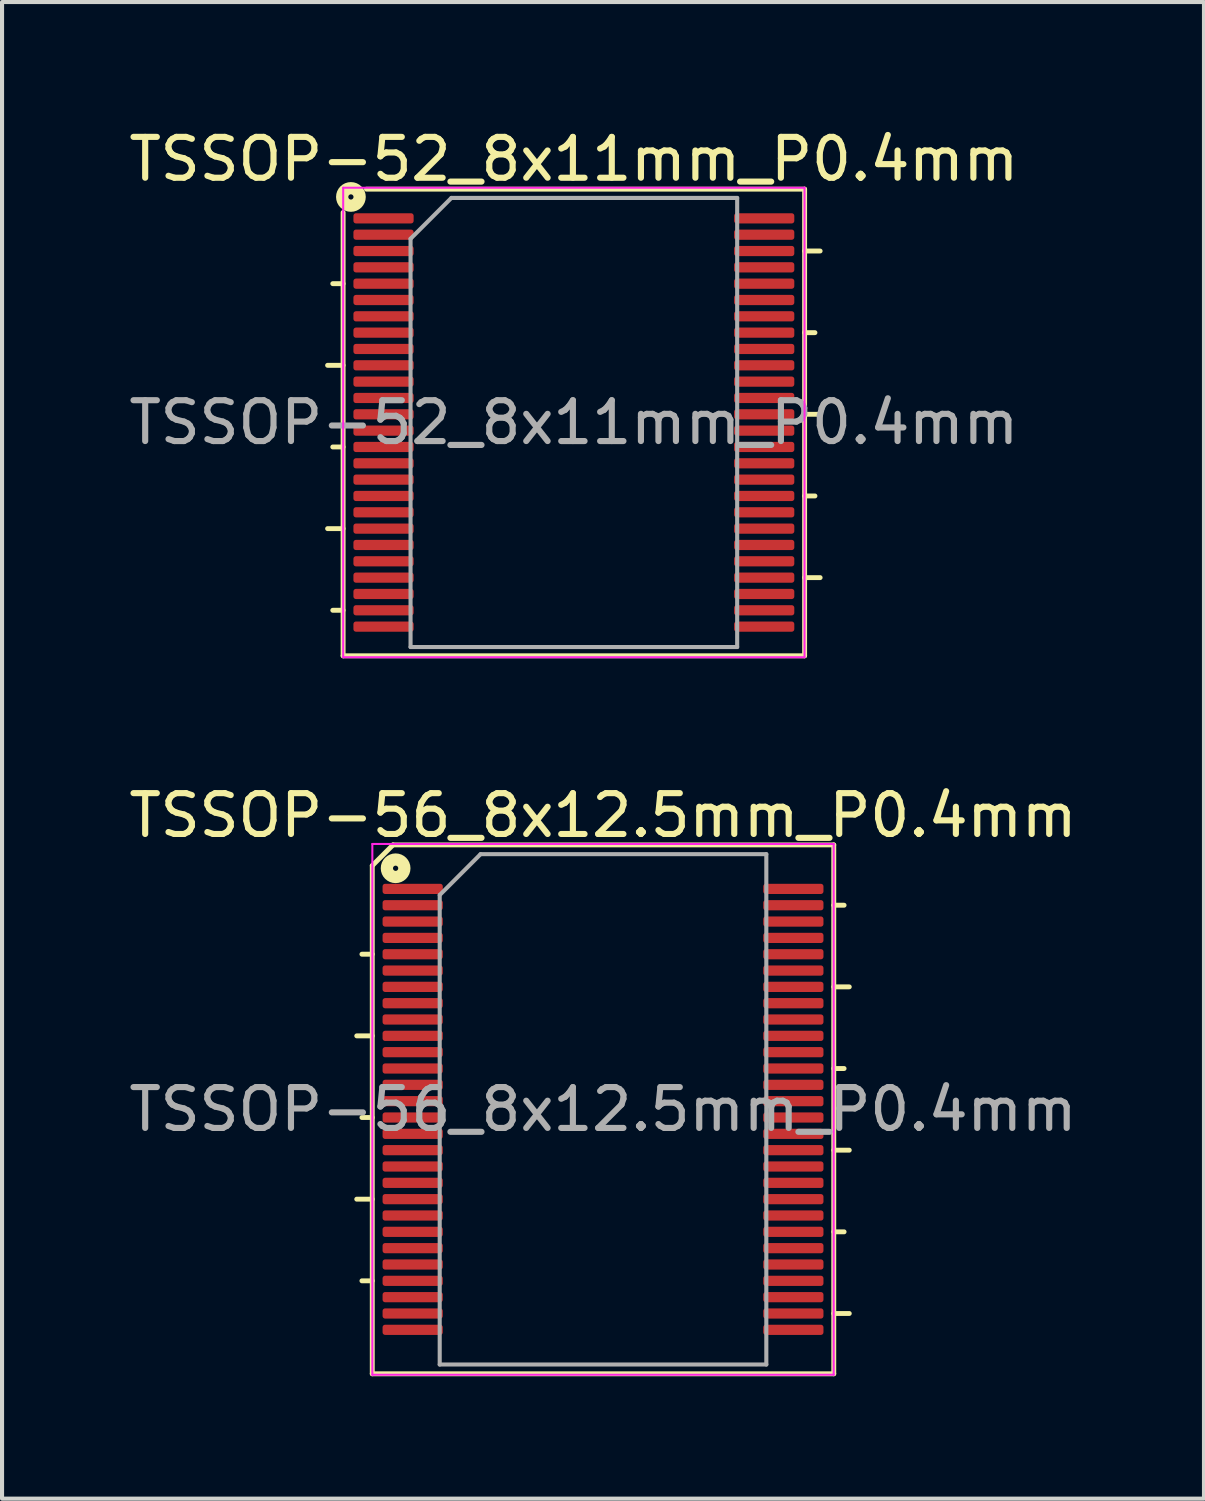
<source format=kicad_pcb>
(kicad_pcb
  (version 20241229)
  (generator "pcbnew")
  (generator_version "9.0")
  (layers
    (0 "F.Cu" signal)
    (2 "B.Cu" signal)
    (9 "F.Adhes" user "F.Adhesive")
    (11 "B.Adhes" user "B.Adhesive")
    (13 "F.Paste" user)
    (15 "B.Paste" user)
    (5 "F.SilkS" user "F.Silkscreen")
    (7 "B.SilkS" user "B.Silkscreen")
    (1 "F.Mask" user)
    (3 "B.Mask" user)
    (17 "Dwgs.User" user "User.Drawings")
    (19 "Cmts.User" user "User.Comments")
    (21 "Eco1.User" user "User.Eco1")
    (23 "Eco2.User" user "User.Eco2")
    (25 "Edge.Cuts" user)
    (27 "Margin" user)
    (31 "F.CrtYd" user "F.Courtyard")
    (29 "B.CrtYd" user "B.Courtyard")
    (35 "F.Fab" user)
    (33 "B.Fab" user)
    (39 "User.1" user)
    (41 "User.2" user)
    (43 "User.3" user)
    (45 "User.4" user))
  (footprint "TSSOP-56_8x12.5mm_P0.4mm"
    (layer "F.Cu")
    (at 11.72 24.122)
    (property "Reference" "TSSOP-56_8x12.5mm_P0.4mm" (at 0 -7.2 0) (layer "F.SilkS") (effects (font (size 1 1) (thickness 0.15))))
    (attr smd)
    (fp_line (start -6.032 2.2) (end -5.652 2.2) (stroke (width 0.12) (type solid)) (layer "F.SilkS"))
    (fp_line (start -5.905 0.2) (end -5.652 0.2) (stroke (width 0.12) (type solid)) (layer "F.SilkS"))
    (fp_line (start -5.905 4.2) (end -5.652 4.2) (stroke (width 0.12) (type solid)) (layer "F.SilkS"))
    (fp_line (start -5.652 -5.969) (end -5.652 6.477) (stroke (width 0.12) (type solid)) (layer "F.SilkS"))
    (fp_line (start -5.652 -5.969) (end -5.144 -6.477) (stroke (width 0.12) (type solid)) (layer "F.SilkS"))
    (fp_line (start -5.652 -3.8) (end -5.905 -3.8) (stroke (width 0.12) (type solid)) (layer "F.SilkS"))
    (fp_line (start -5.652 -1.8) (end -6.032 -1.8) (stroke (width 0.12) (type solid)) (layer "F.SilkS"))
    (fp_line (start -5.652 6.477) (end 5.652 6.477) (stroke (width 0.12) (type solid)) (layer "F.SilkS"))
    (fp_line (start 5.652 -6.477) (end -5.144 -6.477) (stroke (width 0.12) (type solid)) (layer "F.SilkS"))
    (fp_line (start 5.652 1) (end 6.032 1) (stroke (width 0.12) (type solid)) (layer "F.SilkS"))
    (fp_line (start 5.652 3) (end 5.905 3) (stroke (width 0.12) (type solid)) (layer "F.SilkS"))
    (fp_line (start 5.652 5) (end 6.032 5) (stroke (width 0.12) (type solid)) (layer "F.SilkS"))
    (fp_line (start 5.652 6.477) (end 5.652 -6.477) (stroke (width 0.12) (type solid)) (layer "F.SilkS"))
    (fp_line (start 5.905 -5) (end 5.652 -5) (stroke (width 0.12) (type solid)) (layer "F.SilkS"))
    (fp_line (start 5.905 -1) (end 5.652 -1) (stroke (width 0.12) (type solid)) (layer "F.SilkS"))
    (fp_line (start 6.032 -3) (end 5.652 -3) (stroke (width 0.12) (type solid)) (layer "F.SilkS"))
    (fp_circle (center -5.08 -5.905) (end -5.016 -5.905) (stroke (width 0.3) (type solid)) (fill no) (layer "F.SilkS"))
    (fp_line (start -5.65 -6.5) (end -5.65 6.5) (stroke (width 0.05) (type solid)) (layer "F.CrtYd"))
    (fp_line (start -5.65 6.5) (end 5.65 6.5) (stroke (width 0.05) (type solid)) (layer "F.CrtYd"))
    (fp_line (start 5.65 -6.5) (end -5.65 -6.5) (stroke (width 0.05) (type solid)) (layer "F.CrtYd"))
    (fp_line (start 5.65 6.5) (end 5.65 -6.5) (stroke (width 0.05) (type solid)) (layer "F.CrtYd"))
    (fp_line (start -4 -5.25) (end -3 -6.25) (stroke (width 0.1) (type solid)) (layer "F.Fab"))
    (fp_line (start -4 6.25) (end -4 -5.25) (stroke (width 0.1) (type solid)) (layer "F.Fab"))
    (fp_line (start -3 -6.25) (end 4 -6.25) (stroke (width 0.1) (type solid)) (layer "F.Fab"))
    (fp_line (start 4 -6.25) (end 4 6.25) (stroke (width 0.1) (type solid)) (layer "F.Fab"))
    (fp_line (start 4 6.25) (end -4 6.25) (stroke (width 0.1) (type solid)) (layer "F.Fab"))
    (fp_text user "${REFERENCE}" (at 0 0 0) (layer "F.Fab") (effects (font (size 1 1) (thickness 0.15))))
    (pad "1" smd roundrect (at -4.662 -5.4) (size 1.475 0.25) (layers "F.Cu" "F.Mask" "F.Paste") (roundrect_rratio 0.25))
    (pad "2" smd roundrect (at -4.662 -5) (size 1.475 0.25) (layers "F.Cu" "F.Mask" "F.Paste") (roundrect_rratio 0.25))
    (pad "3" smd roundrect (at -4.662 -4.6) (size 1.475 0.25) (layers "F.Cu" "F.Mask" "F.Paste") (roundrect_rratio 0.25))
    (pad "4" smd roundrect (at -4.662 -4.2) (size 1.475 0.25) (layers "F.Cu" "F.Mask" "F.Paste") (roundrect_rratio 0.25))
    (pad "5" smd roundrect (at -4.662 -3.8) (size 1.475 0.25) (layers "F.Cu" "F.Mask" "F.Paste") (roundrect_rratio 0.25))
    (pad "6" smd roundrect (at -4.662 -3.4) (size 1.475 0.25) (layers "F.Cu" "F.Mask" "F.Paste") (roundrect_rratio 0.25))
    (pad "7" smd roundrect (at -4.662 -3) (size 1.475 0.25) (layers "F.Cu" "F.Mask" "F.Paste") (roundrect_rratio 0.25))
    (pad "8" smd roundrect (at -4.662 -2.6) (size 1.475 0.25) (layers "F.Cu" "F.Mask" "F.Paste") (roundrect_rratio 0.25))
    (pad "9" smd roundrect (at -4.662 -2.2) (size 1.475 0.25) (layers "F.Cu" "F.Mask" "F.Paste") (roundrect_rratio 0.25))
    (pad "10" smd roundrect (at -4.662 -1.8) (size 1.475 0.25) (layers "F.Cu" "F.Mask" "F.Paste") (roundrect_rratio 0.25))
    (pad "11" smd roundrect (at -4.662 -1.4) (size 1.475 0.25) (layers "F.Cu" "F.Mask" "F.Paste") (roundrect_rratio 0.25))
    (pad "12" smd roundrect (at -4.662 -1) (size 1.475 0.25) (layers "F.Cu" "F.Mask" "F.Paste") (roundrect_rratio 0.25))
    (pad "13" smd roundrect (at -4.662 -0.6) (size 1.475 0.25) (layers "F.Cu" "F.Mask" "F.Paste") (roundrect_rratio 0.25))
    (pad "14" smd roundrect (at -4.662 -0.2) (size 1.475 0.25) (layers "F.Cu" "F.Mask" "F.Paste") (roundrect_rratio 0.25))
    (pad "15" smd roundrect (at -4.662 0.2) (size 1.475 0.25) (layers "F.Cu" "F.Mask" "F.Paste") (roundrect_rratio 0.25))
    (pad "16" smd roundrect (at -4.662 0.6) (size 1.475 0.25) (layers "F.Cu" "F.Mask" "F.Paste") (roundrect_rratio 0.25))
    (pad "17" smd roundrect (at -4.662 1) (size 1.475 0.25) (layers "F.Cu" "F.Mask" "F.Paste") (roundrect_rratio 0.25))
    (pad "18" smd roundrect (at -4.662 1.4) (size 1.475 0.25) (layers "F.Cu" "F.Mask" "F.Paste") (roundrect_rratio 0.25))
    (pad "19" smd roundrect (at -4.662 1.8) (size 1.475 0.25) (layers "F.Cu" "F.Mask" "F.Paste") (roundrect_rratio 0.25))
    (pad "20" smd roundrect (at -4.662 2.2) (size 1.475 0.25) (layers "F.Cu" "F.Mask" "F.Paste") (roundrect_rratio 0.25))
    (pad "21" smd roundrect (at -4.662 2.6) (size 1.475 0.25) (layers "F.Cu" "F.Mask" "F.Paste") (roundrect_rratio 0.25))
    (pad "22" smd roundrect (at -4.662 3) (size 1.475 0.25) (layers "F.Cu" "F.Mask" "F.Paste") (roundrect_rratio 0.25))
    (pad "23" smd roundrect (at -4.662 3.4) (size 1.475 0.25) (layers "F.Cu" "F.Mask" "F.Paste") (roundrect_rratio 0.25))
    (pad "24" smd roundrect (at -4.662 3.8) (size 1.475 0.25) (layers "F.Cu" "F.Mask" "F.Paste") (roundrect_rratio 0.25))
    (pad "25" smd roundrect (at -4.662 4.2) (size 1.475 0.25) (layers "F.Cu" "F.Mask" "F.Paste") (roundrect_rratio 0.25))
    (pad "26" smd roundrect (at -4.662 4.6) (size 1.475 0.25) (layers "F.Cu" "F.Mask" "F.Paste") (roundrect_rratio 0.25))
    (pad "27" smd roundrect (at -4.662 5) (size 1.475 0.25) (layers "F.Cu" "F.Mask" "F.Paste") (roundrect_rratio 0.25))
    (pad "28" smd roundrect (at -4.662 5.4) (size 1.475 0.25) (layers "F.Cu" "F.Mask" "F.Paste") (roundrect_rratio 0.25))
    (pad "29" smd roundrect (at 4.662 5.4) (size 1.475 0.25) (layers "F.Cu" "F.Mask" "F.Paste") (roundrect_rratio 0.25))
    (pad "30" smd roundrect (at 4.662 5) (size 1.475 0.25) (layers "F.Cu" "F.Mask" "F.Paste") (roundrect_rratio 0.25))
    (pad "31" smd roundrect (at 4.662 4.6) (size 1.475 0.25) (layers "F.Cu" "F.Mask" "F.Paste") (roundrect_rratio 0.25))
    (pad "32" smd roundrect (at 4.662 4.2) (size 1.475 0.25) (layers "F.Cu" "F.Mask" "F.Paste") (roundrect_rratio 0.25))
    (pad "33" smd roundrect (at 4.662 3.8) (size 1.475 0.25) (layers "F.Cu" "F.Mask" "F.Paste") (roundrect_rratio 0.25))
    (pad "34" smd roundrect (at 4.662 3.4) (size 1.475 0.25) (layers "F.Cu" "F.Mask" "F.Paste") (roundrect_rratio 0.25))
    (pad "35" smd roundrect (at 4.662 3) (size 1.475 0.25) (layers "F.Cu" "F.Mask" "F.Paste") (roundrect_rratio 0.25))
    (pad "36" smd roundrect (at 4.662 2.6) (size 1.475 0.25) (layers "F.Cu" "F.Mask" "F.Paste") (roundrect_rratio 0.25))
    (pad "37" smd roundrect (at 4.662 2.2) (size 1.475 0.25) (layers "F.Cu" "F.Mask" "F.Paste") (roundrect_rratio 0.25))
    (pad "38" smd roundrect (at 4.662 1.8) (size 1.475 0.25) (layers "F.Cu" "F.Mask" "F.Paste") (roundrect_rratio 0.25))
    (pad "39" smd roundrect (at 4.662 1.4) (size 1.475 0.25) (layers "F.Cu" "F.Mask" "F.Paste") (roundrect_rratio 0.25))
    (pad "40" smd roundrect (at 4.662 1) (size 1.475 0.25) (layers "F.Cu" "F.Mask" "F.Paste") (roundrect_rratio 0.25))
    (pad "41" smd roundrect (at 4.662 0.6) (size 1.475 0.25) (layers "F.Cu" "F.Mask" "F.Paste") (roundrect_rratio 0.25))
    (pad "42" smd roundrect (at 4.662 0.2) (size 1.475 0.25) (layers "F.Cu" "F.Mask" "F.Paste") (roundrect_rratio 0.25))
    (pad "43" smd roundrect (at 4.662 -0.2) (size 1.475 0.25) (layers "F.Cu" "F.Mask" "F.Paste") (roundrect_rratio 0.25))
    (pad "44" smd roundrect (at 4.662 -0.6) (size 1.475 0.25) (layers "F.Cu" "F.Mask" "F.Paste") (roundrect_rratio 0.25))
    (pad "45" smd roundrect (at 4.662 -1) (size 1.475 0.25) (layers "F.Cu" "F.Mask" "F.Paste") (roundrect_rratio 0.25))
    (pad "46" smd roundrect (at 4.662 -1.4) (size 1.475 0.25) (layers "F.Cu" "F.Mask" "F.Paste") (roundrect_rratio 0.25))
    (pad "47" smd roundrect (at 4.662 -1.8) (size 1.475 0.25) (layers "F.Cu" "F.Mask" "F.Paste") (roundrect_rratio 0.25))
    (pad "48" smd roundrect (at 4.662 -2.2) (size 1.475 0.25) (layers "F.Cu" "F.Mask" "F.Paste") (roundrect_rratio 0.25))
    (pad "49" smd roundrect (at 4.662 -2.6) (size 1.475 0.25) (layers "F.Cu" "F.Mask" "F.Paste") (roundrect_rratio 0.25))
    (pad "50" smd roundrect (at 4.662 -3) (size 1.475 0.25) (layers "F.Cu" "F.Mask" "F.Paste") (roundrect_rratio 0.25))
    (pad "51" smd roundrect (at 4.662 -3.4) (size 1.475 0.25) (layers "F.Cu" "F.Mask" "F.Paste") (roundrect_rratio 0.25))
    (pad "52" smd roundrect (at 4.662 -3.8) (size 1.475 0.25) (layers "F.Cu" "F.Mask" "F.Paste") (roundrect_rratio 0.25))
    (pad "53" smd roundrect (at 4.662 -4.2) (size 1.475 0.25) (layers "F.Cu" "F.Mask" "F.Paste") (roundrect_rratio 0.25))
    (pad "54" smd roundrect (at 4.662 -4.6) (size 1.475 0.25) (layers "F.Cu" "F.Mask" "F.Paste") (roundrect_rratio 0.25))
    (pad "55" smd roundrect (at 4.662 -5) (size 1.475 0.25) (layers "F.Cu" "F.Mask" "F.Paste") (roundrect_rratio 0.25))
    (pad "56" smd roundrect (at 4.662 -5.4) (size 1.475 0.25) (layers "F.Cu" "F.Mask" "F.Paste") (roundrect_rratio 0.25)))
  (footprint "TSSOP-52_8x11mm_P0.4mm"
    (layer "F.Cu")
    (at 11.006 7.298)
    (property "Reference" "TSSOP-52_8x11mm_P0.4mm" (at 0 -6.45 0) (layer "F.SilkS") (effects (font (size 1 1) (thickness 0.15))))
    (attr smd)
    (fp_line (start -5.652 -5.144) (end -5.652 5.715) (stroke (width 0.12) (type solid)) (layer "F.SilkS"))
    (fp_line (start -5.652 -3.4) (end -5.905 -3.4) (stroke (width 0.12) (type solid)) (layer "F.SilkS"))
    (fp_line (start -5.652 -1.4) (end -6.032 -1.4) (stroke (width 0.12) (type solid)) (layer "F.SilkS"))
    (fp_line (start -5.652 0.6) (end -5.905 0.6) (stroke (width 0.12) (type solid)) (layer "F.SilkS"))
    (fp_line (start -5.652 2.6) (end -6.032 2.6) (stroke (width 0.12) (type solid)) (layer "F.SilkS"))
    (fp_line (start -5.652 4.6) (end -5.905 4.6) (stroke (width 0.12) (type solid)) (layer "F.SilkS"))
    (fp_line (start -5.652 5.715) (end 5.652 5.715) (stroke (width 0.12) (type solid)) (layer "F.SilkS"))
    (fp_line (start 5.652 -5.715) (end -5.08 -5.715) (stroke (width 0.12) (type solid)) (layer "F.SilkS"))
    (fp_line (start 5.652 -4.2) (end 6.032 -4.2) (stroke (width 0.12) (type solid)) (layer "F.SilkS"))
    (fp_line (start 5.652 -2.2) (end 5.905 -2.2) (stroke (width 0.12) (type solid)) (layer "F.SilkS"))
    (fp_line (start 5.652 -0.2) (end 6.032 -0.2) (stroke (width 0.12) (type solid)) (layer "F.SilkS"))
    (fp_line (start 5.652 1.8) (end 5.905 1.8) (stroke (width 0.12) (type solid)) (layer "F.SilkS"))
    (fp_line (start 5.652 3.8) (end 6.032 3.8) (stroke (width 0.12) (type solid)) (layer "F.SilkS"))
    (fp_line (start 5.652 5.715) (end 5.652 -5.715) (stroke (width 0.12) (type solid)) (layer "F.SilkS"))
    (fp_circle (center -5.461 -5.524) (end -5.397 -5.524) (stroke (width 0.3) (type solid)) (fill no) (layer "F.SilkS"))
    (fp_line (start -5.65 -5.75) (end -5.65 5.75) (stroke (width 0.05) (type solid)) (layer "F.CrtYd"))
    (fp_line (start -5.65 5.75) (end 5.65 5.75) (stroke (width 0.05) (type solid)) (layer "F.CrtYd"))
    (fp_line (start 5.65 -5.75) (end -5.65 -5.75) (stroke (width 0.05) (type solid)) (layer "F.CrtYd"))
    (fp_line (start 5.65 5.75) (end 5.65 -5.75) (stroke (width 0.05) (type solid)) (layer "F.CrtYd"))
    (fp_line (start -4 -4.5) (end -3 -5.5) (stroke (width 0.1) (type solid)) (layer "F.Fab"))
    (fp_line (start -4 5.5) (end -4 -4.5) (stroke (width 0.1) (type solid)) (layer "F.Fab"))
    (fp_line (start -3 -5.5) (end 4 -5.5) (stroke (width 0.1) (type solid)) (layer "F.Fab"))
    (fp_line (start 4 -5.5) (end 4 5.5) (stroke (width 0.1) (type solid)) (layer "F.Fab"))
    (fp_line (start 4 5.5) (end -4 5.5) (stroke (width 0.1) (type solid)) (layer "F.Fab"))
    (fp_text user "${REFERENCE}" (at 0 0 0) (layer "F.Fab") (effects (font (size 1 1) (thickness 0.15))))
    (pad "1" smd roundrect (at -4.662 -5) (size 1.475 0.25) (layers "F.Cu" "F.Mask" "F.Paste") (roundrect_rratio 0.25))
    (pad "2" smd roundrect (at -4.662 -4.6) (size 1.475 0.25) (layers "F.Cu" "F.Mask" "F.Paste") (roundrect_rratio 0.25))
    (pad "3" smd roundrect (at -4.662 -4.2) (size 1.475 0.25) (layers "F.Cu" "F.Mask" "F.Paste") (roundrect_rratio 0.25))
    (pad "4" smd roundrect (at -4.662 -3.8) (size 1.475 0.25) (layers "F.Cu" "F.Mask" "F.Paste") (roundrect_rratio 0.25))
    (pad "5" smd roundrect (at -4.662 -3.4) (size 1.475 0.25) (layers "F.Cu" "F.Mask" "F.Paste") (roundrect_rratio 0.25))
    (pad "6" smd roundrect (at -4.662 -3) (size 1.475 0.25) (layers "F.Cu" "F.Mask" "F.Paste") (roundrect_rratio 0.25))
    (pad "7" smd roundrect (at -4.662 -2.6) (size 1.475 0.25) (layers "F.Cu" "F.Mask" "F.Paste") (roundrect_rratio 0.25))
    (pad "8" smd roundrect (at -4.662 -2.2) (size 1.475 0.25) (layers "F.Cu" "F.Mask" "F.Paste") (roundrect_rratio 0.25))
    (pad "9" smd roundrect (at -4.662 -1.8) (size 1.475 0.25) (layers "F.Cu" "F.Mask" "F.Paste") (roundrect_rratio 0.25))
    (pad "10" smd roundrect (at -4.662 -1.4) (size 1.475 0.25) (layers "F.Cu" "F.Mask" "F.Paste") (roundrect_rratio 0.25))
    (pad "11" smd roundrect (at -4.662 -1) (size 1.475 0.25) (layers "F.Cu" "F.Mask" "F.Paste") (roundrect_rratio 0.25))
    (pad "12" smd roundrect (at -4.662 -0.6) (size 1.475 0.25) (layers "F.Cu" "F.Mask" "F.Paste") (roundrect_rratio 0.25))
    (pad "13" smd roundrect (at -4.662 -0.2) (size 1.475 0.25) (layers "F.Cu" "F.Mask" "F.Paste") (roundrect_rratio 0.25))
    (pad "14" smd roundrect (at -4.662 0.2) (size 1.475 0.25) (layers "F.Cu" "F.Mask" "F.Paste") (roundrect_rratio 0.25))
    (pad "15" smd roundrect (at -4.662 0.6) (size 1.475 0.25) (layers "F.Cu" "F.Mask" "F.Paste") (roundrect_rratio 0.25))
    (pad "16" smd roundrect (at -4.662 1) (size 1.475 0.25) (layers "F.Cu" "F.Mask" "F.Paste") (roundrect_rratio 0.25))
    (pad "17" smd roundrect (at -4.662 1.4) (size 1.475 0.25) (layers "F.Cu" "F.Mask" "F.Paste") (roundrect_rratio 0.25))
    (pad "18" smd roundrect (at -4.662 1.8) (size 1.475 0.25) (layers "F.Cu" "F.Mask" "F.Paste") (roundrect_rratio 0.25))
    (pad "19" smd roundrect (at -4.662 2.2) (size 1.475 0.25) (layers "F.Cu" "F.Mask" "F.Paste") (roundrect_rratio 0.25))
    (pad "20" smd roundrect (at -4.662 2.6) (size 1.475 0.25) (layers "F.Cu" "F.Mask" "F.Paste") (roundrect_rratio 0.25))
    (pad "21" smd roundrect (at -4.662 3) (size 1.475 0.25) (layers "F.Cu" "F.Mask" "F.Paste") (roundrect_rratio 0.25))
    (pad "22" smd roundrect (at -4.662 3.4) (size 1.475 0.25) (layers "F.Cu" "F.Mask" "F.Paste") (roundrect_rratio 0.25))
    (pad "23" smd roundrect (at -4.662 3.8) (size 1.475 0.25) (layers "F.Cu" "F.Mask" "F.Paste") (roundrect_rratio 0.25))
    (pad "24" smd roundrect (at -4.662 4.2) (size 1.475 0.25) (layers "F.Cu" "F.Mask" "F.Paste") (roundrect_rratio 0.25))
    (pad "25" smd roundrect (at -4.662 4.6) (size 1.475 0.25) (layers "F.Cu" "F.Mask" "F.Paste") (roundrect_rratio 0.25))
    (pad "26" smd roundrect (at -4.662 5) (size 1.475 0.25) (layers "F.Cu" "F.Mask" "F.Paste") (roundrect_rratio 0.25))
    (pad "27" smd roundrect (at 4.662 5) (size 1.475 0.25) (layers "F.Cu" "F.Mask" "F.Paste") (roundrect_rratio 0.25))
    (pad "28" smd roundrect (at 4.662 4.6) (size 1.475 0.25) (layers "F.Cu" "F.Mask" "F.Paste") (roundrect_rratio 0.25))
    (pad "29" smd roundrect (at 4.662 4.2) (size 1.475 0.25) (layers "F.Cu" "F.Mask" "F.Paste") (roundrect_rratio 0.25))
    (pad "30" smd roundrect (at 4.662 3.8) (size 1.475 0.25) (layers "F.Cu" "F.Mask" "F.Paste") (roundrect_rratio 0.25))
    (pad "31" smd roundrect (at 4.662 3.4) (size 1.475 0.25) (layers "F.Cu" "F.Mask" "F.Paste") (roundrect_rratio 0.25))
    (pad "32" smd roundrect (at 4.662 3) (size 1.475 0.25) (layers "F.Cu" "F.Mask" "F.Paste") (roundrect_rratio 0.25))
    (pad "33" smd roundrect (at 4.662 2.6) (size 1.475 0.25) (layers "F.Cu" "F.Mask" "F.Paste") (roundrect_rratio 0.25))
    (pad "34" smd roundrect (at 4.662 2.2) (size 1.475 0.25) (layers "F.Cu" "F.Mask" "F.Paste") (roundrect_rratio 0.25))
    (pad "35" smd roundrect (at 4.662 1.8) (size 1.475 0.25) (layers "F.Cu" "F.Mask" "F.Paste") (roundrect_rratio 0.25))
    (pad "36" smd roundrect (at 4.662 1.4) (size 1.475 0.25) (layers "F.Cu" "F.Mask" "F.Paste") (roundrect_rratio 0.25))
    (pad "37" smd roundrect (at 4.662 1) (size 1.475 0.25) (layers "F.Cu" "F.Mask" "F.Paste") (roundrect_rratio 0.25))
    (pad "38" smd roundrect (at 4.662 0.6) (size 1.475 0.25) (layers "F.Cu" "F.Mask" "F.Paste") (roundrect_rratio 0.25))
    (pad "39" smd roundrect (at 4.662 0.2) (size 1.475 0.25) (layers "F.Cu" "F.Mask" "F.Paste") (roundrect_rratio 0.25))
    (pad "40" smd roundrect (at 4.662 -0.2) (size 1.475 0.25) (layers "F.Cu" "F.Mask" "F.Paste") (roundrect_rratio 0.25))
    (pad "41" smd roundrect (at 4.662 -0.6) (size 1.475 0.25) (layers "F.Cu" "F.Mask" "F.Paste") (roundrect_rratio 0.25))
    (pad "42" smd roundrect (at 4.662 -1) (size 1.475 0.25) (layers "F.Cu" "F.Mask" "F.Paste") (roundrect_rratio 0.25))
    (pad "43" smd roundrect (at 4.662 -1.4) (size 1.475 0.25) (layers "F.Cu" "F.Mask" "F.Paste") (roundrect_rratio 0.25))
    (pad "44" smd roundrect (at 4.662 -1.8) (size 1.475 0.25) (layers "F.Cu" "F.Mask" "F.Paste") (roundrect_rratio 0.25))
    (pad "45" smd roundrect (at 4.662 -2.2) (size 1.475 0.25) (layers "F.Cu" "F.Mask" "F.Paste") (roundrect_rratio 0.25))
    (pad "46" smd roundrect (at 4.662 -2.6) (size 1.475 0.25) (layers "F.Cu" "F.Mask" "F.Paste") (roundrect_rratio 0.25))
    (pad "47" smd roundrect (at 4.662 -3) (size 1.475 0.25) (layers "F.Cu" "F.Mask" "F.Paste") (roundrect_rratio 0.25))
    (pad "48" smd roundrect (at 4.662 -3.4) (size 1.475 0.25) (layers "F.Cu" "F.Mask" "F.Paste") (roundrect_rratio 0.25))
    (pad "49" smd roundrect (at 4.662 -3.8) (size 1.475 0.25) (layers "F.Cu" "F.Mask" "F.Paste") (roundrect_rratio 0.25))
    (pad "50" smd roundrect (at 4.662 -4.2) (size 1.475 0.25) (layers "F.Cu" "F.Mask" "F.Paste") (roundrect_rratio 0.25))
    (pad "51" smd roundrect (at 4.662 -4.6) (size 1.475 0.25) (layers "F.Cu" "F.Mask" "F.Paste") (roundrect_rratio 0.25))
    (pad "52" smd roundrect (at 4.662 -5) (size 1.475 0.25) (layers "F.Cu" "F.Mask" "F.Paste") (roundrect_rratio 0.25)))
  (gr_rect
    (start -3 -3)
    (end 26.44 33.658)
    (stroke (width 0.1) (type default))
    (fill no)
    (layer "Edge.Cuts")))
</source>
